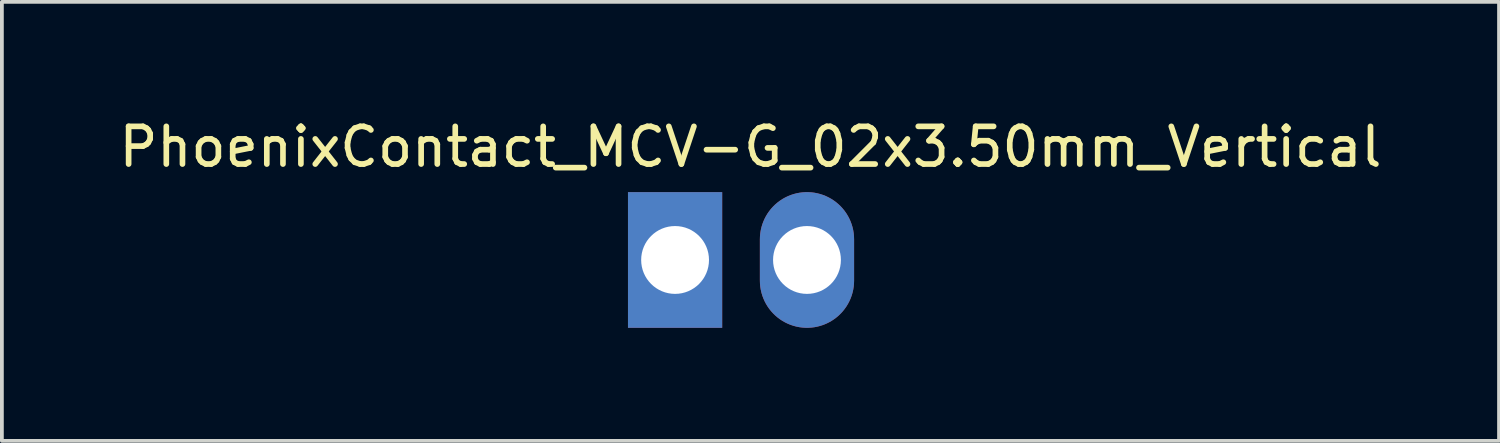
<source format=kicad_pcb>
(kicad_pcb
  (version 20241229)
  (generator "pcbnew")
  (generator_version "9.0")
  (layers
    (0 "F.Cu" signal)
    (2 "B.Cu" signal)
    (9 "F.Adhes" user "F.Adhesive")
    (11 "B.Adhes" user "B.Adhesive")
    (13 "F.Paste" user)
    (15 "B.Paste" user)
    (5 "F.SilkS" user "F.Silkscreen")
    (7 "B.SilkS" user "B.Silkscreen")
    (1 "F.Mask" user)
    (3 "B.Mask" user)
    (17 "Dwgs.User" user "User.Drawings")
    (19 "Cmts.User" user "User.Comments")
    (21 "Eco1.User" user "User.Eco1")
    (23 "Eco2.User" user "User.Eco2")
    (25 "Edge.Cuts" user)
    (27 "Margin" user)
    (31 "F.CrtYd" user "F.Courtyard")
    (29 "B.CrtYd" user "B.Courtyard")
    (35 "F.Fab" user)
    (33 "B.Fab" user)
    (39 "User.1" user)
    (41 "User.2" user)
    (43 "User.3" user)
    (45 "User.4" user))
  (footprint "PhoenixContact_MCV-G_02x3.50mm_Vertical"
    (layer "F.Cu")
    (at 14.863 3.848)
    (property "Reference" "PhoenixContact_MCV-G_02x3.50mm_Vertical" (at 2 -3 0) (layer "F.SilkS") (effects (font (size 1 1) (thickness 0.15))))
    (attr through_hole)
    (pad "1" thru_hole rect (at 0 0) (size 2.5 3.6) (drill 1.8) (layers "*.Cu" "*.Mask"))
    (pad "2" thru_hole oval (at 3.5 0) (size 2.5 3.6) (drill 1.8) (layers "*.Cu" "*.Mask")))
  (gr_rect
    (start -3 -3)
    (end 36.726 8.648)
    (stroke (width 0.1) (type default))
    (fill no)
    (layer "Edge.Cuts")))
</source>
